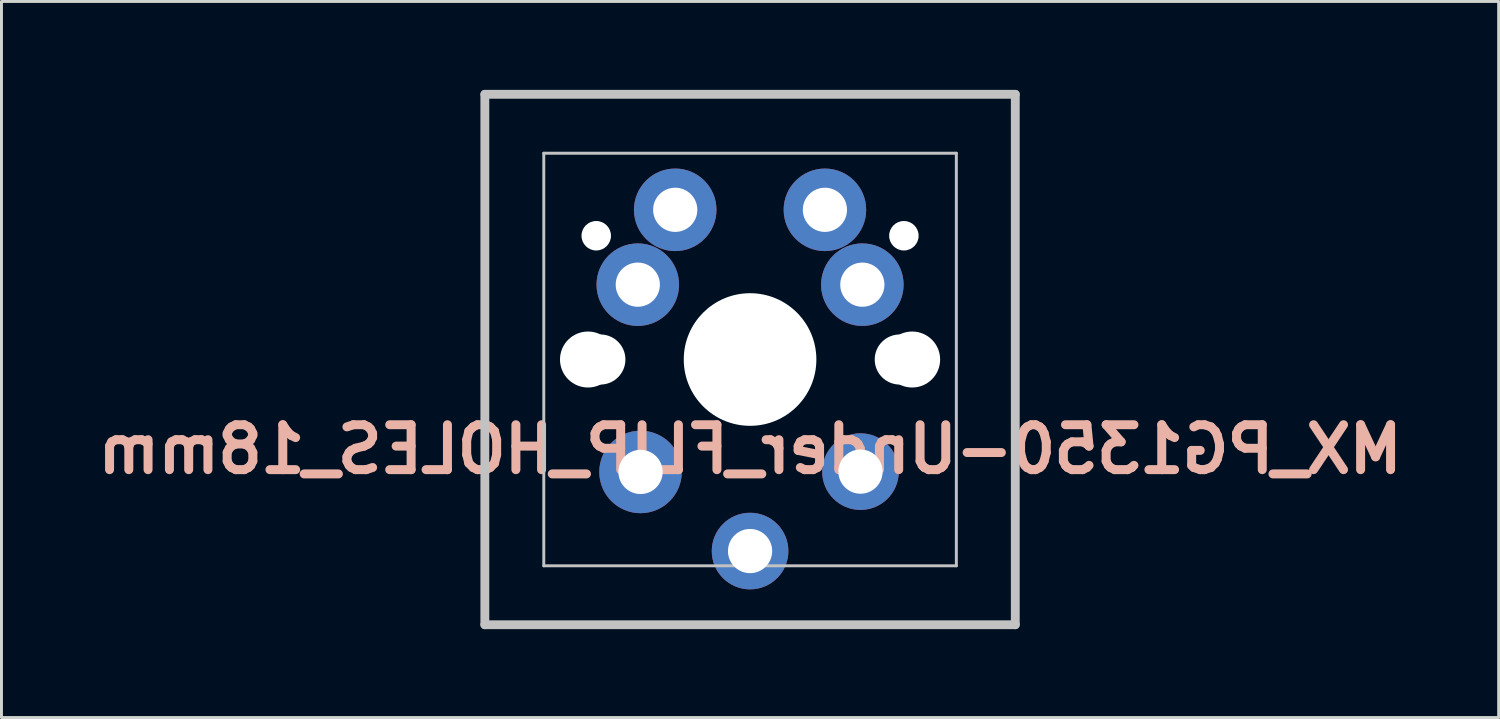
<source format=kicad_pcb>
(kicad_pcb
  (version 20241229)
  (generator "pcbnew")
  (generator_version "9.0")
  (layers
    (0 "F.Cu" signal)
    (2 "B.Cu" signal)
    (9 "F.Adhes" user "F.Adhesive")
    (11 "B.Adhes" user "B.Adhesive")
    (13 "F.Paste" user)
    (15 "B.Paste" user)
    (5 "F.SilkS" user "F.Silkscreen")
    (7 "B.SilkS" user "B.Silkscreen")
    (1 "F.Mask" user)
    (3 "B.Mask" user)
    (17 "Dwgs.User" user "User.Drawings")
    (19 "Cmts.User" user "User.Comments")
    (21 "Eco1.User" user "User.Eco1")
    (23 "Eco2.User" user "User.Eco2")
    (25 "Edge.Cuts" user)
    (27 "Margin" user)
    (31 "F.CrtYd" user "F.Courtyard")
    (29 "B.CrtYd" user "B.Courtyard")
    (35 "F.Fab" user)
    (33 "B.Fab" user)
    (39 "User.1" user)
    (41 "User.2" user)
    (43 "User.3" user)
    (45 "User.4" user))
  (footprint "MX_PG1350-Under_FLIP_HOLES_18mm"
    (layer "F.Cu")
    (at 22.403 9.15)
    (property "Reference" "MX_PG1350-Under_FLIP_HOLES_18mm" (at 0 3.048 0) (layer "B.SilkS") (effects (font (size 1.524 1.524) (thickness 0.305)) (justify mirror)))
    (attr through_hole)
    (fp_line (start -9 -9) (end 9 -9) (stroke (width 0.3) (type solid)) (layer "Dwgs.User"))
    (fp_line (start -9 9) (end -9 -9) (stroke (width 0.3) (type solid)) (layer "Dwgs.User"))
    (fp_line (start -7 -7) (end 7 -7) (stroke (width 0.1) (type solid)) (layer "Dwgs.User"))
    (fp_line (start -7 7) (end -7 -7) (stroke (width 0.1) (type solid)) (layer "Dwgs.User"))
    (fp_line (start 7 -7) (end 7 7) (stroke (width 0.1) (type solid)) (layer "Dwgs.User"))
    (fp_line (start 7 7) (end -7 7) (stroke (width 0.1) (type solid)) (layer "Dwgs.User"))
    (fp_line (start 9 -9) (end 9 9) (stroke (width 0.3) (type solid)) (layer "Dwgs.User"))
    (fp_line (start 9 9) (end -9 9) (stroke (width 0.3) (type solid)) (layer "Dwgs.User"))
    (pad "" np_thru_hole circle (at -5.5 0) (size 1.9 1.9) (drill 1.9) (layers "*.Cu" "*.Mask"))
    (pad "" np_thru_hole circle (at -5.22 -4.2) (size 1 1) (drill 1) (layers "*.Cu" "*.Mask"))
    (pad "" np_thru_hole circle (at -5.08 0) (size 1.7 1.7) (drill 1.7) (layers "*.Cu" "*.Mask"))
    (pad "" np_thru_hole circle (at 0 0) (size 4.5 4.5) (drill 4.5) (layers "*.Cu" "*.Mask"))
    (pad "" np_thru_hole circle (at 5.08 0) (size 1.7 1.7) (drill 1.7) (layers "*.Cu" "*.Mask"))
    (pad "" np_thru_hole circle (at 5.22 -4.2) (size 1 1) (drill 1) (layers "*.Cu" "*.Mask"))
    (pad "" np_thru_hole circle (at 5.5 0) (size 1.9 1.9) (drill 1.9) (layers "*.Cu" "*.Mask"))
    (pad "1" thru_hole circle (at -3.81 -2.54) (size 2.8 2.8) (drill 1.5) (layers "*.Cu" "*.Mask"))
    (pad "1" thru_hole circle (at -2.54 -5.08) (size 2.8 2.8) (drill 1.5) (layers "*.Cu" "*.Mask"))
    (pad "1" thru_hole circle (at 0 6.5) (size 2.6 2.6) (drill 1.5) (layers "*.Cu" "*.Mask"))
    (pad "2" thru_hole circle (at -3.717 3.815) (size 2.8 2.8) (drill 1.5) (layers "*.Cu" "*.Mask"))
    (pad "2" thru_hole circle (at 2.54 -5.08) (size 2.8 2.8) (drill 1.5) (layers "*.Cu" "*.Mask"))
    (pad "2" thru_hole circle (at 3.747 3.804) (size 2.6 2.6) (drill 1.5) (layers "*.Cu" "*.Mask"))
    (pad "2" thru_hole circle (at 3.81 -2.54) (size 2.8 2.8) (drill 1.5) (layers "*.Cu" "*.Mask")))
  (gr_rect
    (start -3 -3)
    (end 47.806 21.3)
    (stroke (width 0.1) (type default))
    (fill no)
    (layer "Edge.Cuts")))
</source>
